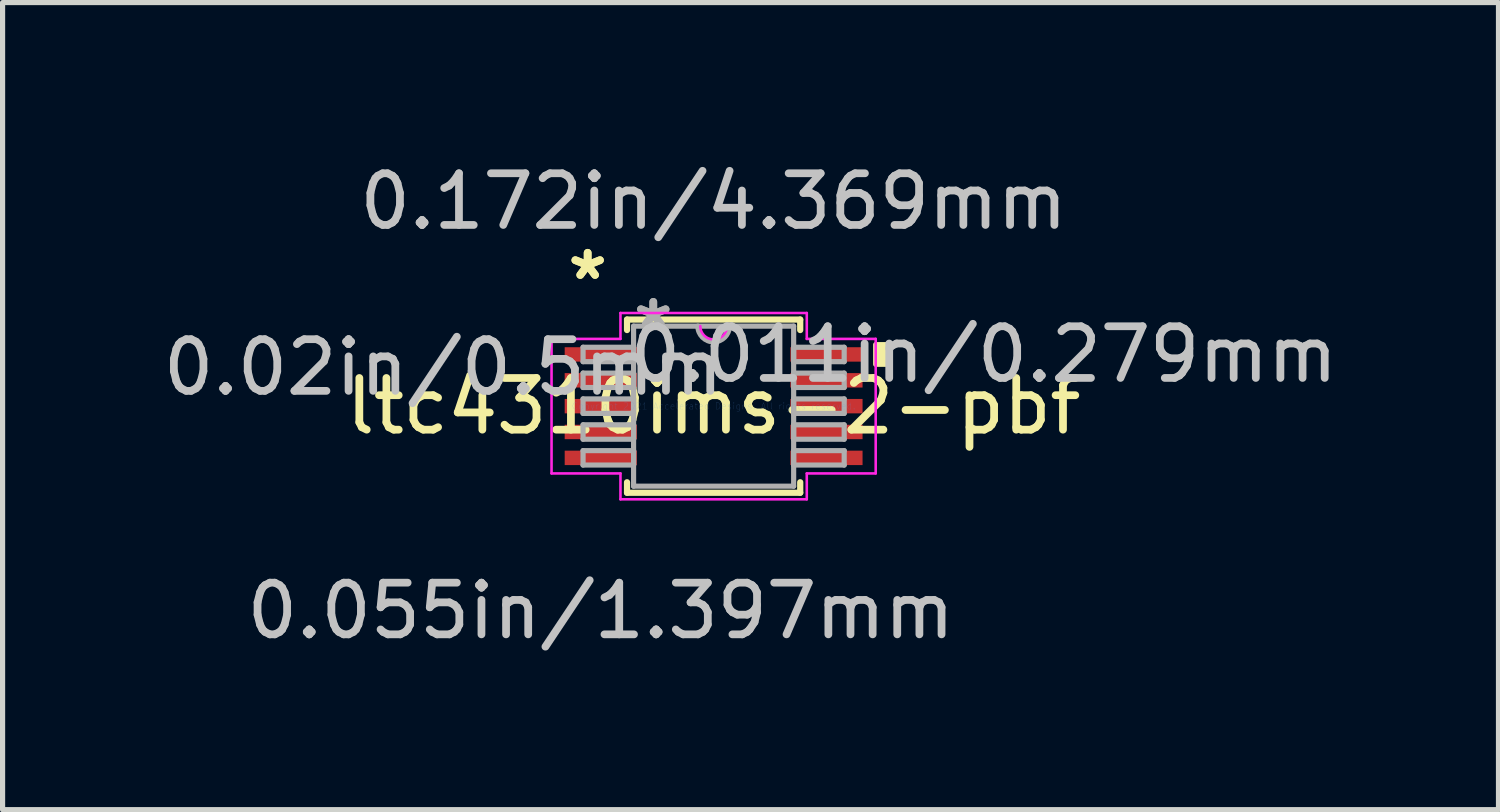
<source format=kicad_pcb>
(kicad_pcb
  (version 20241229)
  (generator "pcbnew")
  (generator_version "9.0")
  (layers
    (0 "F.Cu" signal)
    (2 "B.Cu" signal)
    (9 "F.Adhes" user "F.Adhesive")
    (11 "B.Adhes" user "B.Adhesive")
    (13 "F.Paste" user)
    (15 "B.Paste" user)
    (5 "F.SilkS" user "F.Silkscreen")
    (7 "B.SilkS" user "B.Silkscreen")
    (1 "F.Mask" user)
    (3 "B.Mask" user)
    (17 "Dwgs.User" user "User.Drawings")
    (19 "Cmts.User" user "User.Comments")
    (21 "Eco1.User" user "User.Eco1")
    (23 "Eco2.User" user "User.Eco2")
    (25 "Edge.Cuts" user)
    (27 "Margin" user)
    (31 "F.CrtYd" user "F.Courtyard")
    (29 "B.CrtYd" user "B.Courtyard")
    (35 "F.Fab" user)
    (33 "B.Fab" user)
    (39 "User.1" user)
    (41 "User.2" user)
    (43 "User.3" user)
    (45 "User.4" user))
  (footprint "ltc4310ims-2-pbf"
    (layer "F.Cu")
    (at 10.762 4.811)
    (property "Reference" "ltc4310ims-2-pbf" (at 0 0 0) (layer "F.SilkS") (effects (font (size 1 1) (thickness 0.15))))
    (attr through_hole)
    (fp_line (start -1.676 -1.676) (end -1.676 -1.473) (stroke (width 0.12) (type solid)) (layer "F.SilkS"))
    (fp_line (start -1.676 1.473) (end -1.676 1.676) (stroke (width 0.12) (type solid)) (layer "F.SilkS"))
    (fp_line (start -1.676 1.676) (end 1.676 1.676) (stroke (width 0.12) (type solid)) (layer "F.SilkS"))
    (fp_line (start 1.676 -1.676) (end -1.676 -1.676) (stroke (width 0.12) (type solid)) (layer "F.SilkS"))
    (fp_line (start 1.676 -1.473) (end 1.676 -1.676) (stroke (width 0.12) (type solid)) (layer "F.SilkS"))
    (fp_line (start 1.676 1.676) (end 1.676 1.473) (stroke (width 0.12) (type solid)) (layer "F.SilkS"))
    (fp_poly (pts (xy 3.391 -1.191) (xy 3.391 -0.81) (xy 3.137 -0.81) (xy 3.137 -1.191)) (stroke (width 0.1) (type solid)) (fill yes) (layer "F.SilkS"))
    (fp_line (start -3.137 -1.302) (end -1.803 -1.302) (stroke (width 0.05) (type solid)) (layer "F.CrtYd"))
    (fp_line (start -3.137 1.302) (end -3.137 -1.302) (stroke (width 0.05) (type solid)) (layer "F.CrtYd"))
    (fp_line (start -1.803 -1.803) (end 1.803 -1.803) (stroke (width 0.05) (type solid)) (layer "F.CrtYd"))
    (fp_line (start -1.803 -1.302) (end -1.803 -1.803) (stroke (width 0.05) (type solid)) (layer "F.CrtYd"))
    (fp_line (start -1.803 1.302) (end -3.137 1.302) (stroke (width 0.05) (type solid)) (layer "F.CrtYd"))
    (fp_line (start -1.803 1.803) (end -1.803 1.302) (stroke (width 0.05) (type solid)) (layer "F.CrtYd"))
    (fp_line (start 1.803 -1.803) (end 1.803 -1.302) (stroke (width 0.05) (type solid)) (layer "F.CrtYd"))
    (fp_line (start 1.803 -1.302) (end 3.137 -1.302) (stroke (width 0.05) (type solid)) (layer "F.CrtYd"))
    (fp_line (start 1.803 1.302) (end 1.803 1.803) (stroke (width 0.05) (type solid)) (layer "F.CrtYd"))
    (fp_line (start 1.803 1.803) (end -1.803 1.803) (stroke (width 0.05) (type solid)) (layer "F.CrtYd"))
    (fp_line (start 3.137 -1.302) (end 3.137 1.302) (stroke (width 0.05) (type solid)) (layer "F.CrtYd"))
    (fp_line (start 3.137 1.302) (end 1.803 1.302) (stroke (width 0.05) (type solid)) (layer "F.CrtYd"))
    (fp_arc (start 0.258233 -1.5494) (mid 0 -1.291167) (end -0.258233 -1.5494) (stroke (width 0.05) (type solid)) (layer "F.CrtYd"))
    (fp_line (start -2.527 -1.14) (end -2.527 -0.861) (stroke (width 0.1) (type solid)) (layer "F.Fab"))
    (fp_line (start -2.527 -0.861) (end -1.549 -0.861) (stroke (width 0.1) (type solid)) (layer "F.Fab"))
    (fp_line (start -2.527 -0.64) (end -2.527 -0.361) (stroke (width 0.1) (type solid)) (layer "F.Fab"))
    (fp_line (start -2.527 -0.361) (end -1.549 -0.361) (stroke (width 0.1) (type solid)) (layer "F.Fab"))
    (fp_line (start -2.527 -0.14) (end -2.527 0.14) (stroke (width 0.1) (type solid)) (layer "F.Fab"))
    (fp_line (start -2.527 0.14) (end -1.549 0.14) (stroke (width 0.1) (type solid)) (layer "F.Fab"))
    (fp_line (start -2.527 0.361) (end -2.527 0.64) (stroke (width 0.1) (type solid)) (layer "F.Fab"))
    (fp_line (start -2.527 0.64) (end -1.549 0.64) (stroke (width 0.1) (type solid)) (layer "F.Fab"))
    (fp_line (start -2.527 0.861) (end -2.527 1.14) (stroke (width 0.1) (type solid)) (layer "F.Fab"))
    (fp_line (start -2.527 1.14) (end -1.549 1.14) (stroke (width 0.1) (type solid)) (layer "F.Fab"))
    (fp_line (start -1.549 -1.549) (end -1.549 1.549) (stroke (width 0.1) (type solid)) (layer "F.Fab"))
    (fp_line (start -1.549 -1.14) (end -2.527 -1.14) (stroke (width 0.1) (type solid)) (layer "F.Fab"))
    (fp_line (start -1.549 -0.861) (end -1.549 -1.14) (stroke (width 0.1) (type solid)) (layer "F.Fab"))
    (fp_line (start -1.549 -0.64) (end -2.527 -0.64) (stroke (width 0.1) (type solid)) (layer "F.Fab"))
    (fp_line (start -1.549 -0.361) (end -1.549 -0.64) (stroke (width 0.1) (type solid)) (layer "F.Fab"))
    (fp_line (start -1.549 -0.14) (end -2.527 -0.14) (stroke (width 0.1) (type solid)) (layer "F.Fab"))
    (fp_line (start -1.549 0.14) (end -1.549 -0.14) (stroke (width 0.1) (type solid)) (layer "F.Fab"))
    (fp_line (start -1.549 0.361) (end -2.527 0.361) (stroke (width 0.1) (type solid)) (layer "F.Fab"))
    (fp_line (start -1.549 0.64) (end -1.549 0.361) (stroke (width 0.1) (type solid)) (layer "F.Fab"))
    (fp_line (start -1.549 0.861) (end -2.527 0.861) (stroke (width 0.1) (type solid)) (layer "F.Fab"))
    (fp_line (start -1.549 1.14) (end -1.549 0.861) (stroke (width 0.1) (type solid)) (layer "F.Fab"))
    (fp_line (start -1.549 1.549) (end 1.549 1.549) (stroke (width 0.1) (type solid)) (layer "F.Fab"))
    (fp_line (start 1.549 -1.549) (end -1.549 -1.549) (stroke (width 0.1) (type solid)) (layer "F.Fab"))
    (fp_line (start 1.549 -1.14) (end 1.549 -0.861) (stroke (width 0.1) (type solid)) (layer "F.Fab"))
    (fp_line (start 1.549 -0.861) (end 2.527 -0.861) (stroke (width 0.1) (type solid)) (layer "F.Fab"))
    (fp_line (start 1.549 -0.64) (end 1.549 -0.361) (stroke (width 0.1) (type solid)) (layer "F.Fab"))
    (fp_line (start 1.549 -0.361) (end 2.527 -0.361) (stroke (width 0.1) (type solid)) (layer "F.Fab"))
    (fp_line (start 1.549 -0.14) (end 1.549 0.14) (stroke (width 0.1) (type solid)) (layer "F.Fab"))
    (fp_line (start 1.549 0.14) (end 2.527 0.14) (stroke (width 0.1) (type solid)) (layer "F.Fab"))
    (fp_line (start 1.549 0.361) (end 1.549 0.64) (stroke (width 0.1) (type solid)) (layer "F.Fab"))
    (fp_line (start 1.549 0.64) (end 2.527 0.64) (stroke (width 0.1) (type solid)) (layer "F.Fab"))
    (fp_line (start 1.549 0.861) (end 1.549 1.14) (stroke (width 0.1) (type solid)) (layer "F.Fab"))
    (fp_line (start 1.549 1.14) (end 2.527 1.14) (stroke (width 0.1) (type solid)) (layer "F.Fab"))
    (fp_line (start 1.549 1.549) (end 1.549 -1.549) (stroke (width 0.1) (type solid)) (layer "F.Fab"))
    (fp_line (start 2.527 -1.14) (end 1.549 -1.14) (stroke (width 0.1) (type solid)) (layer "F.Fab"))
    (fp_line (start 2.527 -0.861) (end 2.527 -1.14) (stroke (width 0.1) (type solid)) (layer "F.Fab"))
    (fp_line (start 2.527 -0.64) (end 1.549 -0.64) (stroke (width 0.1) (type solid)) (layer "F.Fab"))
    (fp_line (start 2.527 -0.361) (end 2.527 -0.64) (stroke (width 0.1) (type solid)) (layer "F.Fab"))
    (fp_line (start 2.527 -0.14) (end 1.549 -0.14) (stroke (width 0.1) (type solid)) (layer "F.Fab"))
    (fp_line (start 2.527 0.14) (end 2.527 -0.14) (stroke (width 0.1) (type solid)) (layer "F.Fab"))
    (fp_line (start 2.527 0.361) (end 1.549 0.361) (stroke (width 0.1) (type solid)) (layer "F.Fab"))
    (fp_line (start 2.527 0.64) (end 2.527 0.361) (stroke (width 0.1) (type solid)) (layer "F.Fab"))
    (fp_line (start 2.527 0.861) (end 1.549 0.861) (stroke (width 0.1) (type solid)) (layer "F.Fab"))
    (fp_line (start 2.527 1.14) (end 2.527 0.861) (stroke (width 0.1) (type solid)) (layer "F.Fab"))
    (fp_arc (start 0.3048 -1.5494) (mid 0 -1.2446) (end -0.3048 -1.5494) (stroke (width 0.1) (type solid)) (layer "F.Fab"))
    (fp_text user "*" (at -2.438 -2.423 0) (layer "F.SilkS") (effects (font (size 1 1) (thickness 0.15))))
    (fp_text user "*" (at -2.438 -2.423 0) (layer "F.SilkS") (effects (font (size 1 1) (thickness 0.15))))
    (fp_text user "0.055in/1.397mm" (at -2.184 3.962 0) (layer "Dwgs.User") (effects (font (size 1 1) (thickness 0.15))))
    (fp_text user "0.02in/0.5mm" (at -5.232 -0.751 0) (layer "Dwgs.User") (effects (font (size 1 1) (thickness 0.15))))
    (fp_text user "0.172in/4.369mm" (at 0 -3.962 0) (layer "Dwgs.User") (effects (font (size 1 1) (thickness 0.15))))
    (fp_text user "0.011in/0.279mm" (at 5.232 -1.001 0) (layer "Dwgs.User") (effects (font (size 1 1) (thickness 0.15))))
    (fp_text user "Copyright 2021 Accelerated Designs. All rights reserved." (at 0 0 0) (layer "Cmts.User") (effects (font (size 0.127 0.127) (thickness 0.002))))
    (fp_text user "*" (at -1.168 -1.473 0) (layer "F.Fab") (effects (font (size 1 1) (thickness 0.15))))
    (fp_text user "*" (at -1.168 -1.473 0) (layer "F.Fab") (effects (font (size 1 1) (thickness 0.15))))
    (pad "1" smd rect (at -2.184 -1.001) (size 1.397 0.279) (layers "F.Cu" "F.Mask" "F.Paste"))
    (pad "2" smd rect (at -2.184 -0.5) (size 1.397 0.279) (layers "F.Cu" "F.Mask" "F.Paste"))
    (pad "3" smd rect (at -2.184 0) (size 1.397 0.279) (layers "F.Cu" "F.Mask" "F.Paste"))
    (pad "4" smd rect (at -2.184 0.5) (size 1.397 0.279) (layers "F.Cu" "F.Mask" "F.Paste"))
    (pad "5" smd rect (at -2.184 1.001) (size 1.397 0.279) (layers "F.Cu" "F.Mask" "F.Paste"))
    (pad "6" smd rect (at 2.184 1.001) (size 1.397 0.279) (layers "F.Cu" "F.Mask" "F.Paste"))
    (pad "7" smd rect (at 2.184 0.5) (size 1.397 0.279) (layers "F.Cu" "F.Mask" "F.Paste"))
    (pad "8" smd rect (at 2.184 0) (size 1.397 0.279) (layers "F.Cu" "F.Mask" "F.Paste"))
    (pad "9" smd rect (at 2.184 -0.5) (size 1.397 0.279) (layers "F.Cu" "F.Mask" "F.Paste"))
    (pad "10" smd rect (at 2.184 -1.001) (size 1.397 0.279) (layers "F.Cu" "F.Mask" "F.Paste")))
  (gr_rect
    (start -3 -3)
    (end 25.953 12.621)
    (stroke (width 0.1) (type default))
    (fill no)
    (layer "Edge.Cuts")))
</source>
